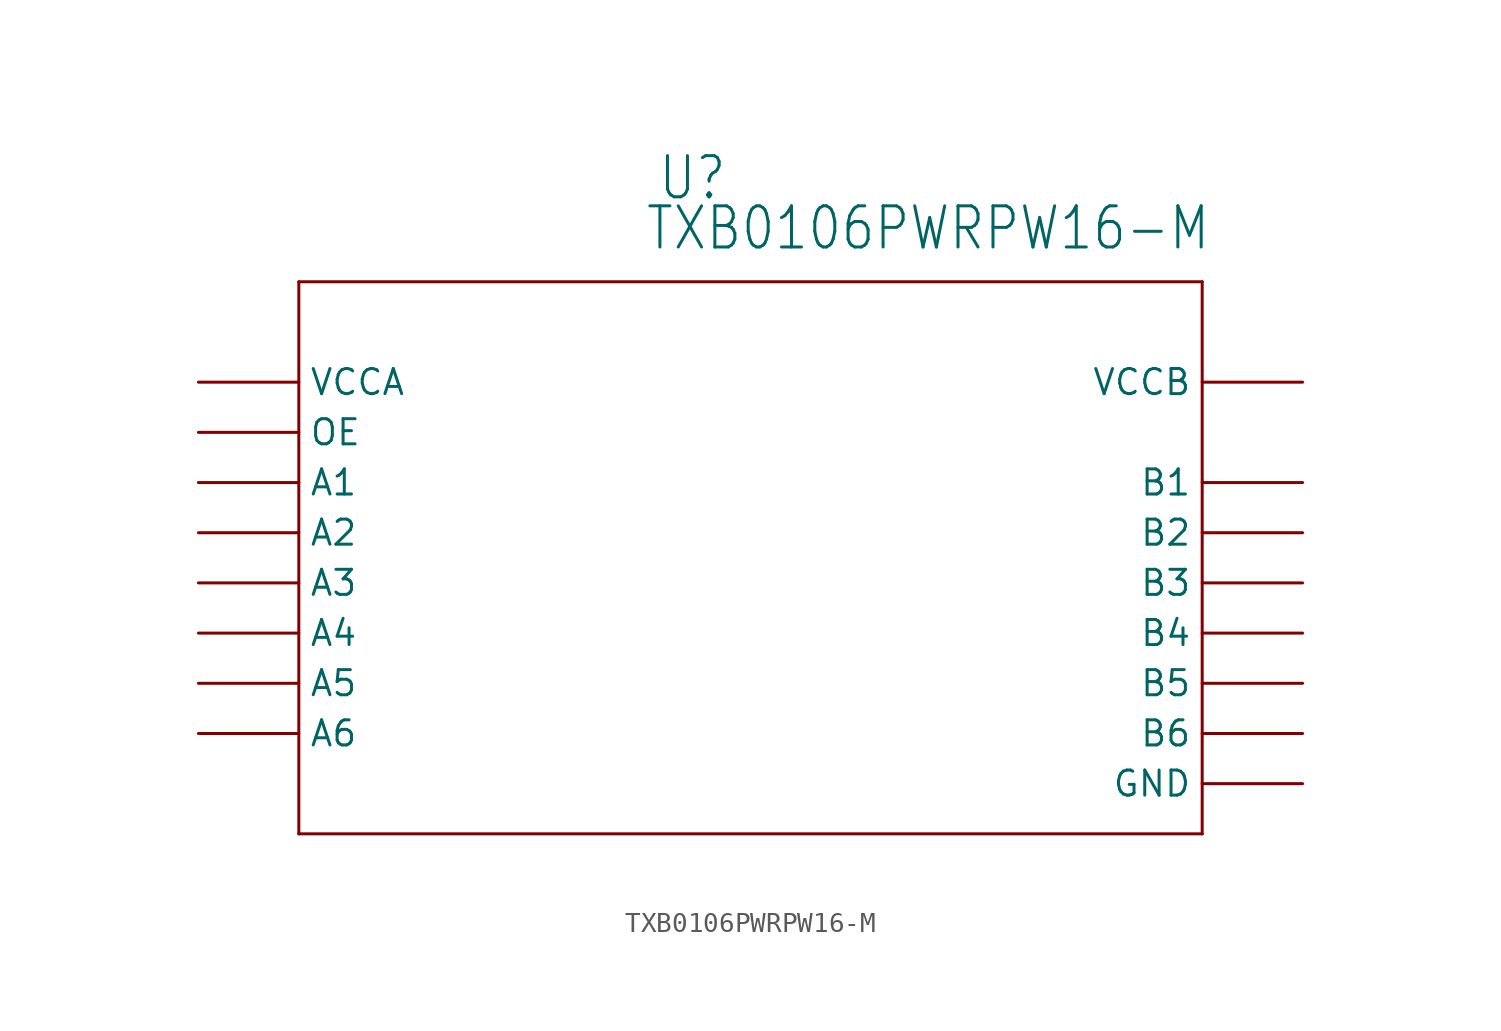
<source format=kicad_sym>
(kicad_symbol_lib
  (version 20211014)
  (generator kicad_symbol_editor)
  (symbol "TXB0106PWRPW16-M"
    (property "Reference" "U"
      (at 25.756 9.119 0)
      (effects (font (size 2.083 1.77)) (justify left bottom)))
    (property "Value" "TXB0106PWRPW16-M"
      (at 25.121 6.579 0)
      (effects (font (size 2.083 1.77)) (justify left bottom)))
    (property "ki_locked" ""
      (at 0 0 0)
      (effects (font (size 1.27 1.27))))
    (symbol "TXB0106PWRPW16-M_1_0"
      (polyline (pts (xy 7.62 -22.86) (xy 53.34 -22.86)) (stroke (width 0.152) (type default) (color 0 0 0 0)) (fill (type none)))
      (polyline (pts (xy 7.62 5.08) (xy 7.62 -22.86)) (stroke (width 0.152) (type default) (color 0 0 0 0)) (fill (type none)))
      (polyline (pts (xy 53.34 -22.86) (xy 53.34 5.08)) (stroke (width 0.152) (type default) (color 0 0 0 0)) (fill (type none)))
      (polyline (pts (xy 53.34 5.08) (xy 7.62 5.08)) (stroke (width 0.152) (type default) (color 0 0 0 0)) (fill (type none)))
      (pin bidirectional line (at 2.54 -5.08 0) (length 5.08) (name "A1" (effects (font (size 1.27 1.27)))) (number "1" (effects (font (size 0 0)))))
      (pin bidirectional line (at 58.42 -17.78 180) (length 5.08) (name "B6" (effects (font (size 1.27 1.27)))) (number "10" (effects (font (size 0 0)))))
      (pin bidirectional line (at 58.42 -15.24 180) (length 5.08) (name "B5" (effects (font (size 1.27 1.27)))) (number "11" (effects (font (size 0 0)))))
      (pin bidirectional line (at 58.42 -12.7 180) (length 5.08) (name "B4" (effects (font (size 1.27 1.27)))) (number "12" (effects (font (size 0 0)))))
      (pin bidirectional line (at 58.42 -10.16 180) (length 5.08) (name "B3" (effects (font (size 1.27 1.27)))) (number "13" (effects (font (size 0 0)))))
      (pin bidirectional line (at 58.42 -7.62 180) (length 5.08) (name "B2" (effects (font (size 1.27 1.27)))) (number "14" (effects (font (size 0 0)))))
      (pin power_in line (at 58.42 0 180) (length 5.08) (name "VCCB" (effects (font (size 1.27 1.27)))) (number "15" (effects (font (size 0 0)))))
      (pin bidirectional line (at 58.42 -5.08 180) (length 5.08) (name "B1" (effects (font (size 1.27 1.27)))) (number "16" (effects (font (size 0 0)))))
      (pin power_in line (at 2.54 0 0) (length 5.08) (name "VCCA" (effects (font (size 1.27 1.27)))) (number "2" (effects (font (size 0 0)))))
      (pin bidirectional line (at 2.54 -7.62 0) (length 5.08) (name "A2" (effects (font (size 1.27 1.27)))) (number "3" (effects (font (size 0 0)))))
      (pin bidirectional line (at 2.54 -10.16 0) (length 5.08) (name "A3" (effects (font (size 1.27 1.27)))) (number "4" (effects (font (size 0 0)))))
      (pin bidirectional line (at 2.54 -12.7 0) (length 5.08) (name "A4" (effects (font (size 1.27 1.27)))) (number "5" (effects (font (size 0 0)))))
      (pin bidirectional line (at 2.54 -15.24 0) (length 5.08) (name "A5" (effects (font (size 1.27 1.27)))) (number "6" (effects (font (size 0 0)))))
      (pin bidirectional line (at 2.54 -17.78 0) (length 5.08) (name "A6" (effects (font (size 1.27 1.27)))) (number "7" (effects (font (size 0 0)))))
      (pin output line (at 2.54 -2.54 0) (length 5.08) (name "OE" (effects (font (size 1.27 1.27)))) (number "8" (effects (font (size 0 0)))))
      (pin power_in line (at 58.42 -20.32 180) (length 5.08) (name "GND" (effects (font (size 1.27 1.27)))) (number "9" (effects (font (size 0 0))))))))
</source>
